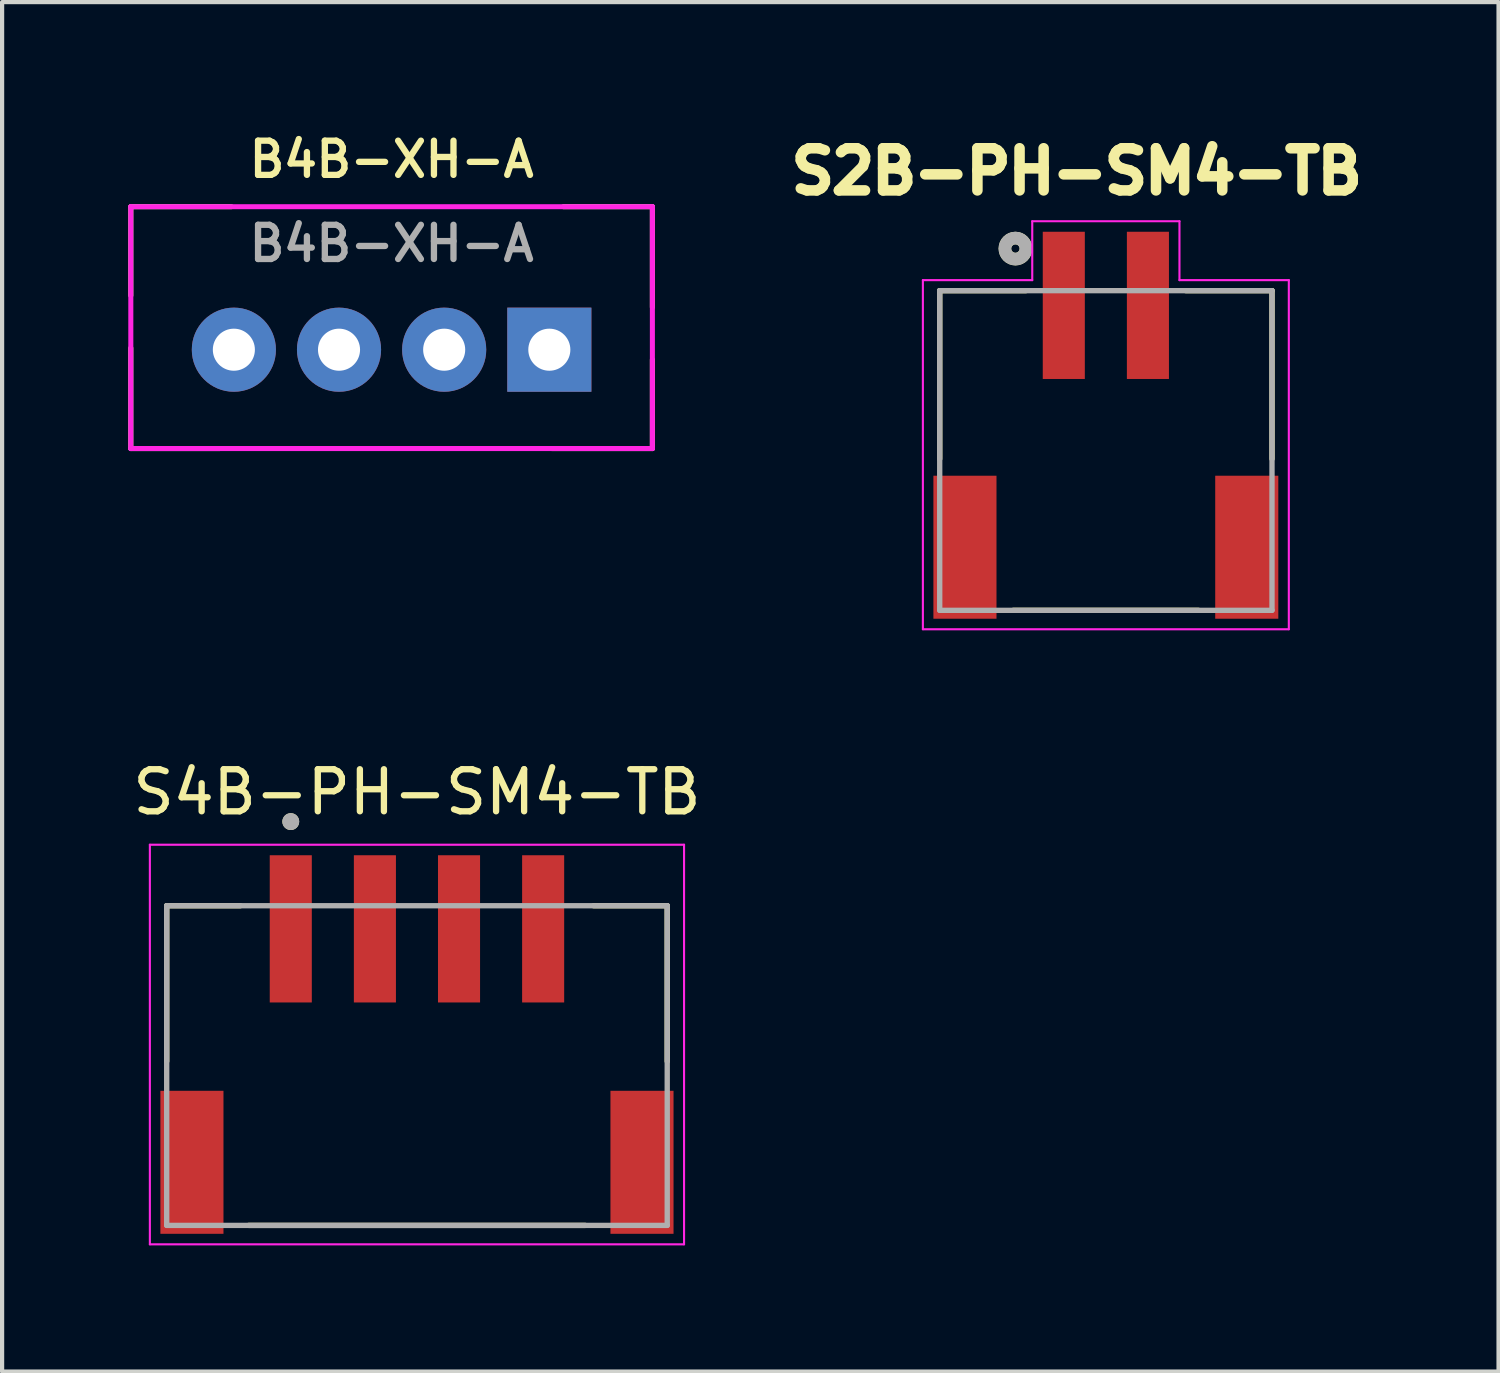
<source format=kicad_pcb>
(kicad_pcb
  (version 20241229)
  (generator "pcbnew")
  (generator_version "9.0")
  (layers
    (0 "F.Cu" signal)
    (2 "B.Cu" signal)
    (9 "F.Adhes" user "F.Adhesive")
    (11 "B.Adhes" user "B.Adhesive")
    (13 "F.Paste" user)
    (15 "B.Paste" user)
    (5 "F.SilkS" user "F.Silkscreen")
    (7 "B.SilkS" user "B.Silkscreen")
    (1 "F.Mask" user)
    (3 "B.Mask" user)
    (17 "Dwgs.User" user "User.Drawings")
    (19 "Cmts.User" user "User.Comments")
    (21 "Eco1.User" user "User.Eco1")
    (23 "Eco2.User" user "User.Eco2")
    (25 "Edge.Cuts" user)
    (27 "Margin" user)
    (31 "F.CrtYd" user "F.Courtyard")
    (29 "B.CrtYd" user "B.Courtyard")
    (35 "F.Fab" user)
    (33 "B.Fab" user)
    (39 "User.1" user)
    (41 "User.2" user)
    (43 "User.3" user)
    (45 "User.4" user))
  (footprint "B4B-XH-A"
    (layer "F.Cu")
    (at 6.26 4.739)
    (property "Reference" "B4B-XH-A" (at 0 -4 0) (layer "F.SilkS") (effects (font (size 0.813 0.813) (thickness 0.15))))
    (attr through_hole)
    (fp_line (start -6.2 -2.875) (end -6.2 -0.762) (stroke (width 0.12) (type solid)) (layer "F.SilkS"))
    (fp_line (start -6.2 -2.875) (end -3.81 -2.875) (stroke (width 0.12) (type solid)) (layer "F.SilkS"))
    (fp_line (start -6.2 2.875) (end -6.2 0.485) (stroke (width 0.12) (type solid)) (layer "F.SilkS"))
    (fp_line (start -6.2 2.875) (end -4.087 2.875) (stroke (width 0.12) (type solid)) (layer "F.SilkS"))
    (fp_line (start 6.2 -2.875) (end 4.087 -2.875) (stroke (width 0.12) (type solid)) (layer "F.SilkS"))
    (fp_line (start 6.2 -2.875) (end 6.2 -0.485) (stroke (width 0.12) (type solid)) (layer "F.SilkS"))
    (fp_line (start 6.2 2.875) (end 3.81 2.875) (stroke (width 0.12) (type solid)) (layer "F.SilkS"))
    (fp_line (start 6.2 2.875) (end 6.2 0.762) (stroke (width 0.12) (type solid)) (layer "F.SilkS"))
    (fp_line (start -6.2 -2.875) (end -6.2 2.875) (stroke (width 0.12) (type solid)) (layer "F.CrtYd"))
    (fp_line (start -6.2 -2.875) (end 6.2 -2.875) (stroke (width 0.12) (type solid)) (layer "F.CrtYd"))
    (fp_line (start -6.2 2.875) (end 6.2 2.875) (stroke (width 0.12) (type solid)) (layer "F.CrtYd"))
    (fp_line (start 6.2 -2.875) (end 6.2 2.875) (stroke (width 0.12) (type solid)) (layer "F.CrtYd"))
    (fp_text user "${REFERENCE}" (at 0 -2 0) (layer "F.Fab") (effects (font (size 0.813 0.813) (thickness 0.15))))
    (pad "1" thru_hole rect (at 3.75 0.525) (size 2 2) (drill 1) (layers "*.Cu" "*.Mask"))
    (pad "2" thru_hole circle (at 1.25 0.525) (size 2 2) (drill 1) (layers "*.Cu" "*.Mask"))
    (pad "3" thru_hole circle (at -1.25 0.525) (size 2 2) (drill 1) (layers "*.Cu" "*.Mask"))
    (pad "4" thru_hole circle (at -3.75 0.525) (size 2 2) (drill 1) (layers "*.Cu" "*.Mask")))
  (footprint "S2B-PH-SM4-TB"
    (layer "F.Cu")
    (at 23.241 4.21)
    (property "Reference" "S2B-PH-SM4-TB" (at -0.692 -3.184 0) (layer "F.SilkS") (effects (font (size 1.002 1.002) (thickness 0.251))))
    (attr smd)
    (fp_line (start -3.95 -0.35) (end -3.95 3.65) (stroke (width 0.127) (type solid)) (layer "F.SilkS"))
    (fp_line (start -2.2 7.25) (end 2.2 7.25) (stroke (width 0.127) (type solid)) (layer "F.SilkS"))
    (fp_line (start -1.9 -0.35) (end -3.95 -0.35) (stroke (width 0.127) (type solid)) (layer "F.SilkS"))
    (fp_line (start 3.95 -0.35) (end 1.9 -0.35) (stroke (width 0.127) (type solid)) (layer "F.SilkS"))
    (fp_line (start 3.95 3.65) (end 3.95 -0.35) (stroke (width 0.127) (type solid)) (layer "F.SilkS"))
    (fp_circle (center -2.15 -1.35) (end -2.05 -1.35) (stroke (width 0.3) (type solid)) (fill no) (layer "F.SilkS"))
    (fp_line (start -4.35 -0.6) (end -1.75 -0.6) (stroke (width 0.05) (type solid)) (layer "F.CrtYd"))
    (fp_line (start -4.35 7.7) (end -4.35 -0.6) (stroke (width 0.05) (type solid)) (layer "F.CrtYd"))
    (fp_line (start -1.75 -2) (end 1.75 -2) (stroke (width 0.05) (type solid)) (layer "F.CrtYd"))
    (fp_line (start -1.75 -0.6) (end -1.75 -2) (stroke (width 0.05) (type solid)) (layer "F.CrtYd"))
    (fp_line (start 1.75 -2) (end 1.75 -0.6) (stroke (width 0.05) (type solid)) (layer "F.CrtYd"))
    (fp_line (start 1.75 -0.6) (end 4.35 -0.6) (stroke (width 0.05) (type solid)) (layer "F.CrtYd"))
    (fp_line (start 4.35 -0.6) (end 4.35 7.7) (stroke (width 0.05) (type solid)) (layer "F.CrtYd"))
    (fp_line (start 4.35 7.7) (end -4.35 7.7) (stroke (width 0.05) (type solid)) (layer "F.CrtYd"))
    (fp_line (start -3.95 -0.35) (end 3.95 -0.35) (stroke (width 0.127) (type solid)) (layer "F.Fab"))
    (fp_line (start -3.95 7.25) (end -3.95 -0.35) (stroke (width 0.127) (type solid)) (layer "F.Fab"))
    (fp_line (start 3.95 -0.35) (end 3.95 7.25) (stroke (width 0.127) (type solid)) (layer "F.Fab"))
    (fp_line (start 3.95 7.25) (end -3.95 7.25) (stroke (width 0.127) (type solid)) (layer "F.Fab"))
    (fp_circle (center -2.15 -1.35) (end -2.05 -1.35) (stroke (width 0.3) (type solid)) (fill no) (layer "F.Fab"))
    (pad "1" smd rect (at -1 0) (size 1 3.5) (layers "F.Cu" "F.Mask" "F.Paste"))
    (pad "2" smd rect (at 1 0) (size 1 3.5) (layers "F.Cu" "F.Mask" "F.Paste"))
    (pad "S1" smd rect (at -3.35 5.75) (size 1.5 3.4) (layers "F.Cu" "F.Mask" "F.Paste"))
    (pad "S2" smd rect (at 3.35 5.75) (size 1.5 3.4) (layers "F.Cu" "F.Mask" "F.Paste")))
  (footprint "S4B-PH-SM4-TB"
    (layer "F.Cu")
    (at 6.863 21.783)
    (property "Reference" "S4B-PH-SM4-TB" (at 0 -6 0) (layer "F.SilkS") (effects (font (size 1 1) (thickness 0.15))))
    (attr smd)
    (fp_line (start -5.95 -3.3) (end -4.2 -3.3) (stroke (width 0.127) (type solid)) (layer "F.SilkS"))
    (fp_line (start -5.95 0.4) (end -5.95 -3.3) (stroke (width 0.127) (type solid)) (layer "F.SilkS"))
    (fp_line (start -4 4.3) (end 4 4.3) (stroke (width 0.127) (type solid)) (layer "F.SilkS"))
    (fp_line (start 4.2 -3.3) (end 5.95 -3.3) (stroke (width 0.127) (type solid)) (layer "F.SilkS"))
    (fp_line (start 5.95 -3.3) (end 5.95 0.4) (stroke (width 0.127) (type solid)) (layer "F.SilkS"))
    (fp_circle (center -3 -5.3) (end -2.9 -5.3) (stroke (width 0.2) (type solid)) (fill no) (layer "F.SilkS"))
    (fp_line (start -6.35 -4.75) (end 6.35 -4.75) (stroke (width 0.05) (type solid)) (layer "F.CrtYd"))
    (fp_line (start -6.35 4.75) (end -6.35 -4.75) (stroke (width 0.05) (type solid)) (layer "F.CrtYd"))
    (fp_line (start 6.35 -4.75) (end 6.35 4.75) (stroke (width 0.05) (type solid)) (layer "F.CrtYd"))
    (fp_line (start 6.35 4.75) (end -6.35 4.75) (stroke (width 0.05) (type solid)) (layer "F.CrtYd"))
    (fp_line (start -5.95 -3.3) (end -5.95 4.3) (stroke (width 0.127) (type solid)) (layer "F.Fab"))
    (fp_line (start -5.95 4.3) (end 5.95 4.3) (stroke (width 0.127) (type solid)) (layer "F.Fab"))
    (fp_line (start 5.95 -3.3) (end -5.95 -3.3) (stroke (width 0.127) (type solid)) (layer "F.Fab"))
    (fp_line (start 5.95 4.3) (end 5.95 -3.3) (stroke (width 0.127) (type solid)) (layer "F.Fab"))
    (fp_circle (center -3 -5.3) (end -2.9 -5.3) (stroke (width 0.2) (type solid)) (fill no) (layer "F.Fab"))
    (pad "1" smd rect (at -3 -2.75) (size 1 3.5) (layers "F.Cu" "F.Mask" "F.Paste"))
    (pad "2" smd rect (at -1 -2.75) (size 1 3.5) (layers "F.Cu" "F.Mask" "F.Paste"))
    (pad "3" smd rect (at 1 -2.75) (size 1 3.5) (layers "F.Cu" "F.Mask" "F.Paste"))
    (pad "4" smd rect (at 3 -2.75) (size 1 3.5) (layers "F.Cu" "F.Mask" "F.Paste"))
    (pad "SH1" smd rect (at -5.35 2.8) (size 1.5 3.4) (layers "F.Cu" "F.Mask" "F.Paste"))
    (pad "SH2" smd rect (at 5.35 2.8) (size 1.5 3.4) (layers "F.Cu" "F.Mask" "F.Paste")))
  (gr_rect
    (start -3 -3)
    (end 32.577 29.558)
    (stroke (width 0.1) (type default))
    (fill no)
    (layer "Edge.Cuts")))
</source>
